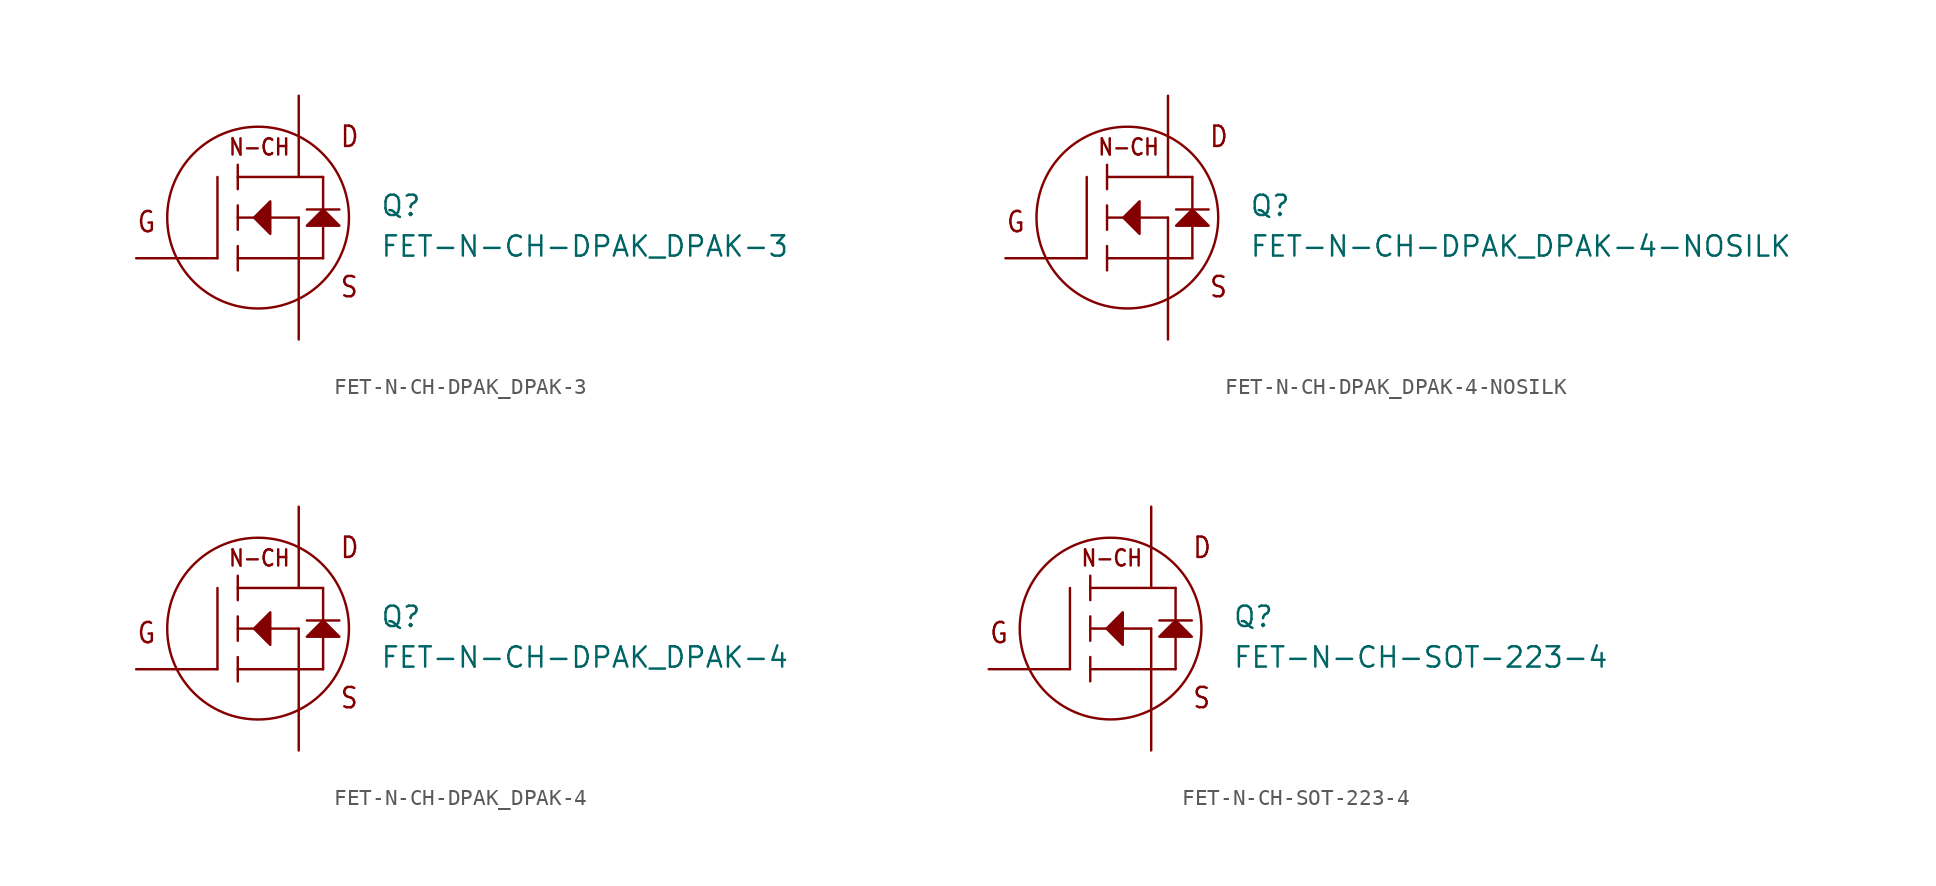
<source format=kicad_sym>
(kicad_symbol_lib
  (version 20211014)
  (generator kicad_symbol_editor)
  (symbol "FET-N-CH-DPAK_DPAK-3"
    (pin_numbers hide)
    (pin_names hide)
    (property "Reference" "Q"
      (at 7.62 0 0)
      (effects (font (size 1.27 1.27)) (justify left bottom)))
    (property "Value" "FET-N-CH-DPAK_DPAK-3"
      (at 7.62 -2.54 0)
      (effects (font (size 1.27 1.27)) (justify left bottom)))
    (property "Datasheet" ""
      (at 0 0 0))
    (property "ki_fp_filters" "FlashPCB_Transistors:DPAK_TO-252-3"
      (at 0 0 0))
    (symbol "FET-N-CH-DPAK_DPAK-3_1_1"
      (text "G" (at -7.62 -1.016 0) (effects (font (size 1.27 1.086)) (justify left bottom)))
      (text "D" (at 5.08 4.318 0) (effects (font (size 1.27 1.086)) (justify left bottom)))
      (text "S" (at 5.08 -5.08 0) (effects (font (size 1.27 1.086)) (justify left bottom)))
      (text "N-CH" (at -1.905 3.81 0) (effects (font (size 1.016 0.869)) (justify left bottom)))
      (polyline (pts (xy -0.254 0) (xy 0.762 1.016) (xy 0.762 -1.016) (xy -0.254 0)) (stroke (width 0.152) (type default)) (fill (type outline)))
      (polyline (pts (xy 3.048 -0.508) (xy 5.08 -0.508) (xy 4.064 0.508) (xy 3.048 -0.508)) (stroke (width 0.152) (type default)) (fill (type outline)))
      (polyline (pts (xy -2.54 -2.54) (xy -2.54 2.54)) (stroke (width 0.152)) (fill (type none)))
      (polyline (pts (xy 2.54 -2.54) (xy -1.27 -2.54)) (stroke (width 0.152)) (fill (type none)))
      (polyline (pts (xy 2.54 -2.54) (xy 2.54 0)) (stroke (width 0.152)) (fill (type none)))
      (polyline (pts (xy 2.54 0) (xy -1.27 0)) (stroke (width 0.152)) (fill (type none)))
      (polyline (pts (xy 4.064 2.54) (xy -1.27 2.54)) (stroke (width 0.152)) (fill (type none)))
      (polyline (pts (xy -1.27 3.302) (xy -1.27 1.778)) (stroke (width 0.152)) (fill (type none)))
      (polyline (pts (xy -1.27 0.762) (xy -1.27 -0.762)) (stroke (width 0.152)) (fill (type none)))
      (polyline (pts (xy -1.27 -1.778) (xy -1.27 -3.302)) (stroke (width 0.152)) (fill (type none)))
      (polyline (pts (xy 2.54 -2.54) (xy 4.064 -2.54)) (stroke (width 0.152)) (fill (type none)))
      (polyline (pts (xy 4.064 -2.54) (xy 4.064 2.54)) (stroke (width 0.152)) (fill (type none)))
      (polyline (pts (xy 3.048 0.508) (xy 5.08 0.508)) (stroke (width 0.152)) (fill (type none)))
      (circle (center 0 0) (radius 5.68) (stroke (width 0.152) (type default)) (fill (type none)))
      (pin bidirectional line (at -7.62 -2.54 0) (length 5.08) (name "GATE" (effects (font (size 0 0)))) (number "1" (effects (font (size 0 0)))))
      (pin bidirectional line (at 2.54 -7.62 90) (length 5.08) (name "SOURCE" (effects (font (size 0 0)))) (number "3" (effects (font (size 0 0)))))
      (pin bidirectional line (at 2.54 7.62 270) (length 5.08) (name "DRAIN" (effects (font (size 0 0)))) (number "4" (effects (font (size 0 0)))))))
  (symbol "FET-N-CH-DPAK_DPAK-4-NOSILK"
    (pin_numbers hide)
    (pin_names hide)
    (property "Reference" "Q"
      (at 7.62 0 0)
      (effects (font (size 1.27 1.27)) (justify left bottom)))
    (property "Value" "FET-N-CH-DPAK_DPAK-4-NOSILK"
      (at 7.62 -2.54 0)
      (effects (font (size 1.27 1.27)) (justify left bottom)))
    (property "Datasheet" ""
      (at 0 0 0))
    (property "ki_fp_filters" "FlashPCB_Transistors:DPAK_TO-252-4_NOSILK"
      (at 0 0 0))
    (symbol "FET-N-CH-DPAK_DPAK-4-NOSILK_1_1"
      (text "G" (at -7.62 -1.016 0) (effects (font (size 1.27 1.086)) (justify left bottom)))
      (text "D" (at 5.08 4.318 0) (effects (font (size 1.27 1.086)) (justify left bottom)))
      (text "S" (at 5.08 -5.08 0) (effects (font (size 1.27 1.086)) (justify left bottom)))
      (text "N-CH" (at -1.905 3.81 0) (effects (font (size 1.016 0.869)) (justify left bottom)))
      (polyline (pts (xy -0.254 0) (xy 0.762 1.016) (xy 0.762 -1.016) (xy -0.254 0)) (stroke (width 0.152) (type default)) (fill (type outline)))
      (polyline (pts (xy 3.048 -0.508) (xy 5.08 -0.508) (xy 4.064 0.508) (xy 3.048 -0.508)) (stroke (width 0.152) (type default)) (fill (type outline)))
      (polyline (pts (xy -2.54 -2.54) (xy -2.54 2.54)) (stroke (width 0.152)) (fill (type none)))
      (polyline (pts (xy 2.54 -2.54) (xy -1.27 -2.54)) (stroke (width 0.152)) (fill (type none)))
      (polyline (pts (xy 2.54 -2.54) (xy 2.54 0)) (stroke (width 0.152)) (fill (type none)))
      (polyline (pts (xy 2.54 0) (xy -1.27 0)) (stroke (width 0.152)) (fill (type none)))
      (polyline (pts (xy 4.064 2.54) (xy -1.27 2.54)) (stroke (width 0.152)) (fill (type none)))
      (polyline (pts (xy -1.27 3.302) (xy -1.27 1.778)) (stroke (width 0.152)) (fill (type none)))
      (polyline (pts (xy -1.27 0.762) (xy -1.27 -0.762)) (stroke (width 0.152)) (fill (type none)))
      (polyline (pts (xy -1.27 -1.778) (xy -1.27 -3.302)) (stroke (width 0.152)) (fill (type none)))
      (polyline (pts (xy 2.54 -2.54) (xy 4.064 -2.54)) (stroke (width 0.152)) (fill (type none)))
      (polyline (pts (xy 4.064 -2.54) (xy 4.064 2.54)) (stroke (width 0.152)) (fill (type none)))
      (polyline (pts (xy 3.048 0.508) (xy 5.08 0.508)) (stroke (width 0.152)) (fill (type none)))
      (circle (center 0 0) (radius 5.68) (stroke (width 0.152) (type default)) (fill (type none)))
      (pin bidirectional line (at -7.62 -2.54 0) (length 5.08) (name "GATE" (effects (font (size 0 0)))) (number "1" (effects (font (size 0 0)))))
      (pin bidirectional line (at 2.54 -7.62 90) (length 5.08) (name "SOURCE" (effects (font (size 0 0)))) (number "3" (effects (font (size 0 0)))))
      (pin bidirectional line (at 2.54 7.62 270) (length 5.08) (name "DRAIN" (effects (font (size 0 0)))) (number "2" (effects (font (size 0 0)))))
      (pin bidirectional line (at 2.54 7.62 270) (length 5.08) hide (name "DRAIN" (effects (font (size 0 0)))) (number "4" (effects (font (size 0 0)))))))
  (symbol "FET-N-CH-DPAK_DPAK-4"
    (pin_numbers hide)
    (pin_names hide)
    (property "Reference" "Q"
      (at 7.62 0 0)
      (effects (font (size 1.27 1.27)) (justify left bottom)))
    (property "Value" "FET-N-CH-DPAK_DPAK-4"
      (at 7.62 -2.54 0)
      (effects (font (size 1.27 1.27)) (justify left bottom)))
    (property "Datasheet" ""
      (at 0 0 0))
    (property "ki_fp_filters" "FlashPCB_Transistors:DPAK_TO-252-4"
      (at 0 0 0))
    (symbol "FET-N-CH-DPAK_DPAK-4_1_1"
      (text "G" (at -7.62 -1.016 0) (effects (font (size 1.27 1.086)) (justify left bottom)))
      (text "D" (at 5.08 4.318 0) (effects (font (size 1.27 1.086)) (justify left bottom)))
      (text "S" (at 5.08 -5.08 0) (effects (font (size 1.27 1.086)) (justify left bottom)))
      (text "N-CH" (at -1.905 3.81 0) (effects (font (size 1.016 0.869)) (justify left bottom)))
      (polyline (pts (xy -0.254 0) (xy 0.762 1.016) (xy 0.762 -1.016) (xy -0.254 0)) (stroke (width 0.152) (type default)) (fill (type outline)))
      (polyline (pts (xy 3.048 -0.508) (xy 5.08 -0.508) (xy 4.064 0.508) (xy 3.048 -0.508)) (stroke (width 0.152) (type default)) (fill (type outline)))
      (polyline (pts (xy -2.54 -2.54) (xy -2.54 2.54)) (stroke (width 0.152)) (fill (type none)))
      (polyline (pts (xy 2.54 -2.54) (xy -1.27 -2.54)) (stroke (width 0.152)) (fill (type none)))
      (polyline (pts (xy 2.54 -2.54) (xy 2.54 0)) (stroke (width 0.152)) (fill (type none)))
      (polyline (pts (xy 2.54 0) (xy -1.27 0)) (stroke (width 0.152)) (fill (type none)))
      (polyline (pts (xy 4.064 2.54) (xy -1.27 2.54)) (stroke (width 0.152)) (fill (type none)))
      (polyline (pts (xy -1.27 3.302) (xy -1.27 1.778)) (stroke (width 0.152)) (fill (type none)))
      (polyline (pts (xy -1.27 0.762) (xy -1.27 -0.762)) (stroke (width 0.152)) (fill (type none)))
      (polyline (pts (xy -1.27 -1.778) (xy -1.27 -3.302)) (stroke (width 0.152)) (fill (type none)))
      (polyline (pts (xy 2.54 -2.54) (xy 4.064 -2.54)) (stroke (width 0.152)) (fill (type none)))
      (polyline (pts (xy 4.064 -2.54) (xy 4.064 2.54)) (stroke (width 0.152)) (fill (type none)))
      (polyline (pts (xy 3.048 0.508) (xy 5.08 0.508)) (stroke (width 0.152)) (fill (type none)))
      (circle (center 0 0) (radius 5.68) (stroke (width 0.152) (type default)) (fill (type none)))
      (pin bidirectional line (at -7.62 -2.54 0) (length 5.08) (name "GATE" (effects (font (size 0 0)))) (number "1" (effects (font (size 0 0)))))
      (pin bidirectional line (at 2.54 -7.62 90) (length 5.08) (name "SOURCE" (effects (font (size 0 0)))) (number "3" (effects (font (size 0 0)))))
      (pin bidirectional line (at 2.54 7.62 270) (length 5.08) (name "DRAIN" (effects (font (size 0 0)))) (number "2" (effects (font (size 0 0)))))
      (pin bidirectional line (at 2.54 7.62 270) (length 5.08) hide (name "DRAIN" (effects (font (size 0 0)))) (number "4" (effects (font (size 0 0)))))))
  (symbol "FET-N-CH-SOT-223-4"
    (pin_numbers hide)
    (pin_names hide)
    (property "Reference" "Q"
      (at 7.62 0 0)
      (effects (font (size 1.27 1.27)) (justify left bottom)))
    (property "Value" "FET-N-CH-SOT-223-4"
      (at 7.62 -2.54 0)
      (effects (font (size 1.27 1.27)) (justify left bottom)))
    (property "Datasheet" ""
      (at 0 0 0))
    (property "ki_fp_filters" "FlashPCB_Transistors:SOT-223-4 FlashPCB_Transistors:SOT-223-4_NOSILK"
      (at 0 0 0))
    (symbol "FET-N-CH-SOT-223-4_1_1"
      (text "G" (at -7.62 -1.016 0) (effects (font (size 1.27 1.086)) (justify left bottom)))
      (text "D" (at 5.08 4.318 0) (effects (font (size 1.27 1.086)) (justify left bottom)))
      (text "S" (at 5.08 -5.08 0) (effects (font (size 1.27 1.086)) (justify left bottom)))
      (text "N-CH" (at -1.905 3.81 0) (effects (font (size 1.016 0.869)) (justify left bottom)))
      (polyline (pts (xy -0.254 0) (xy 0.762 1.016) (xy 0.762 -1.016) (xy -0.254 0)) (stroke (width 0.152) (type default)) (fill (type outline)))
      (polyline (pts (xy 3.048 -0.508) (xy 5.08 -0.508) (xy 4.064 0.508) (xy 3.048 -0.508)) (stroke (width 0.152) (type default)) (fill (type outline)))
      (polyline (pts (xy -2.54 -2.54) (xy -2.54 2.54)) (stroke (width 0.152)) (fill (type none)))
      (polyline (pts (xy 2.54 -2.54) (xy -1.27 -2.54)) (stroke (width 0.152)) (fill (type none)))
      (polyline (pts (xy 2.54 -2.54) (xy 2.54 0)) (stroke (width 0.152)) (fill (type none)))
      (polyline (pts (xy 2.54 0) (xy -1.27 0)) (stroke (width 0.152)) (fill (type none)))
      (polyline (pts (xy 4.064 2.54) (xy -1.27 2.54)) (stroke (width 0.152)) (fill (type none)))
      (polyline (pts (xy -1.27 3.302) (xy -1.27 1.778)) (stroke (width 0.152)) (fill (type none)))
      (polyline (pts (xy -1.27 0.762) (xy -1.27 -0.762)) (stroke (width 0.152)) (fill (type none)))
      (polyline (pts (xy -1.27 -1.778) (xy -1.27 -3.302)) (stroke (width 0.152)) (fill (type none)))
      (polyline (pts (xy 2.54 -2.54) (xy 4.064 -2.54)) (stroke (width 0.152)) (fill (type none)))
      (polyline (pts (xy 4.064 -2.54) (xy 4.064 2.54)) (stroke (width 0.152)) (fill (type none)))
      (polyline (pts (xy 3.048 0.508) (xy 5.08 0.508)) (stroke (width 0.152)) (fill (type none)))
      (circle (center 0 0) (radius 5.68) (stroke (width 0.152) (type default)) (fill (type none)))
      (pin bidirectional line (at -7.62 -2.54 0) (length 5.08) (name "GATE" (effects (font (size 0 0)))) (number "1" (effects (font (size 0 0)))))
      (pin bidirectional line (at 2.54 -7.62 90) (length 5.08) (name "SOURCE" (effects (font (size 0 0)))) (number "3" (effects (font (size 0 0)))))
      (pin bidirectional line (at 2.54 7.62 270) (length 5.08) (name "DRAIN" (effects (font (size 0 0)))) (number "2" (effects (font (size 0 0)))))
      (pin bidirectional line (at 2.54 7.62 270) (length 5.08) hide (name "DRAIN" (effects (font (size 0 0)))) (number "4" (effects (font (size 0 0))))))))
</source>
